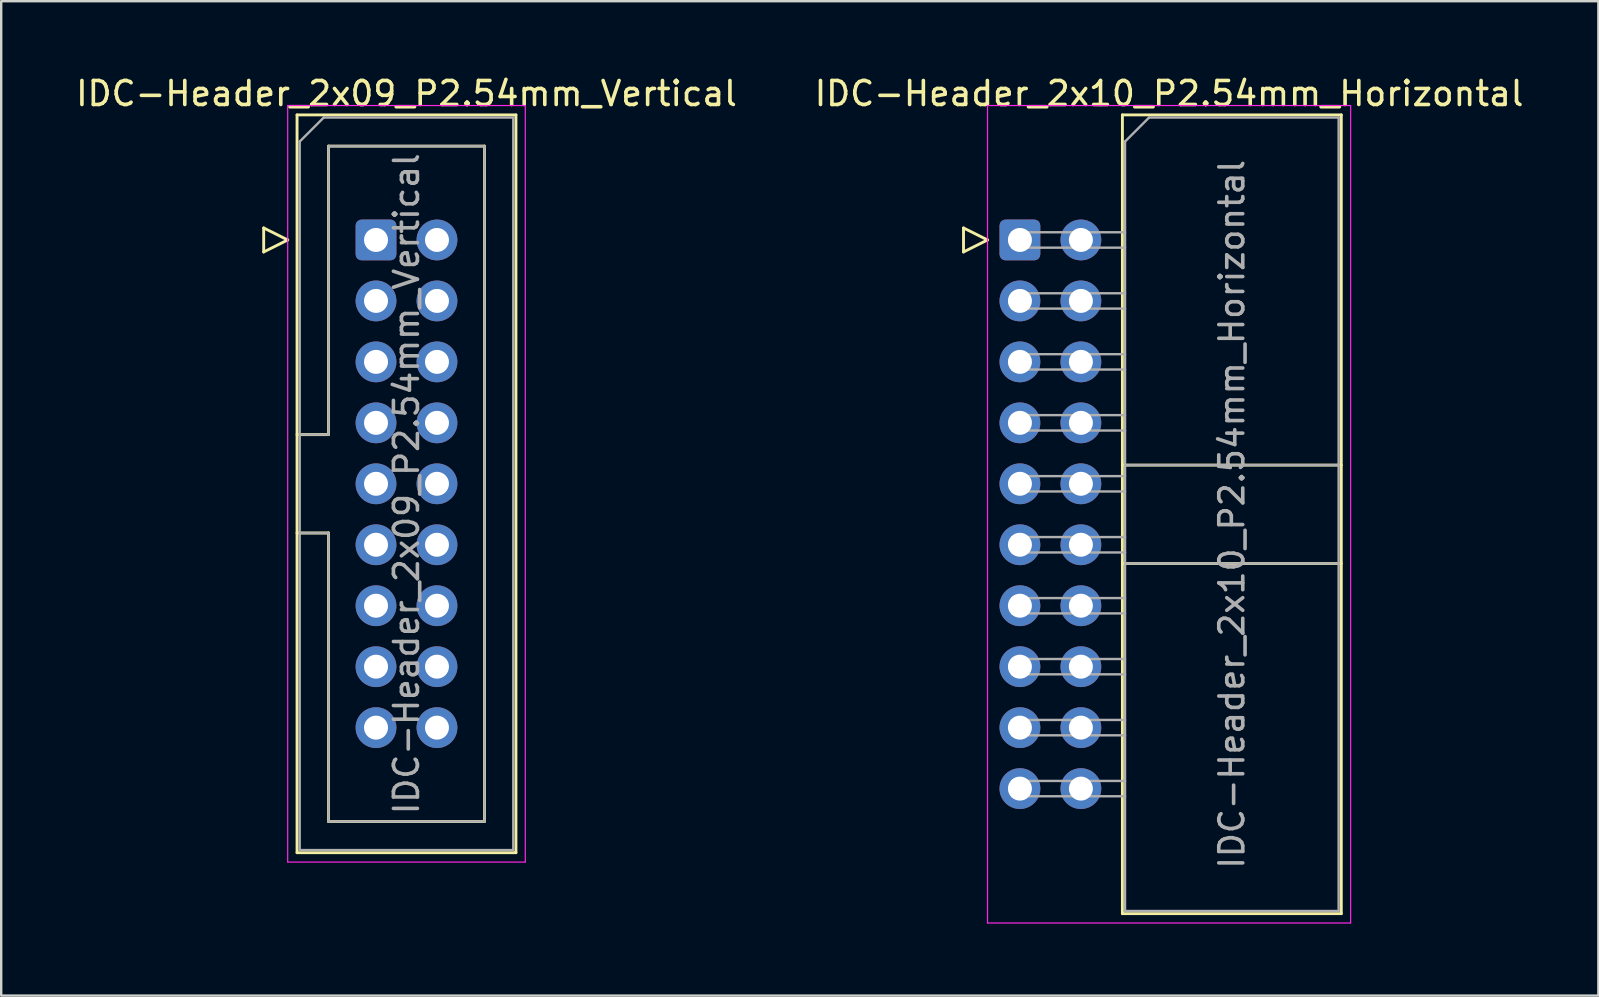
<source format=kicad_pcb>
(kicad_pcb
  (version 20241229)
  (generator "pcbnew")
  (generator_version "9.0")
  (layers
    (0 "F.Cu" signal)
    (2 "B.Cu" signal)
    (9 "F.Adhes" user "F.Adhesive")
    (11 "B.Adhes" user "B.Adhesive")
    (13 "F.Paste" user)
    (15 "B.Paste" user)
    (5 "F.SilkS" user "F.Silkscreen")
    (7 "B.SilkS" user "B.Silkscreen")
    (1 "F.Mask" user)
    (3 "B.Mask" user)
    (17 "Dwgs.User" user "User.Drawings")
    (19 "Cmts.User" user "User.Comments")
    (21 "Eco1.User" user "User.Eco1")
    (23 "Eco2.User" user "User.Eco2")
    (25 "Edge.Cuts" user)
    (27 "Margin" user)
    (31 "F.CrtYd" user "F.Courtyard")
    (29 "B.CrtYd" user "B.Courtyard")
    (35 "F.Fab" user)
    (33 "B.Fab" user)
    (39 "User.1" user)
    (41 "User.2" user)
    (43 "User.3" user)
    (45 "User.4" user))
  (footprint "IDC-Header_2x10_P2.54mm_Horizontal"
    (layer "F.Cu")
    (at 39.446 6.948)
    (property "Reference" "IDC-Header_2x10_P2.54mm_Horizontal" (at 6.215 -6.1 0) (layer "F.SilkS") (effects (font (size 1 1) (thickness 0.15))))
    (attr through_hole)
    (fp_line (start -2.35 -0.5) (end -2.35 0.5) (stroke (width 0.12) (type solid)) (layer "F.SilkS"))
    (fp_line (start -2.35 0.5) (end -1.35 0) (stroke (width 0.12) (type solid)) (layer "F.SilkS"))
    (fp_line (start -1.35 0) (end -2.35 -0.5) (stroke (width 0.12) (type solid)) (layer "F.SilkS"))
    (fp_line (start 4.27 -5.21) (end 13.39 -5.21) (stroke (width 0.12) (type solid)) (layer "F.SilkS"))
    (fp_line (start 4.27 9.38) (end 13.39 9.38) (stroke (width 0.12) (type solid)) (layer "F.SilkS"))
    (fp_line (start 4.27 13.48) (end 13.39 13.48) (stroke (width 0.12) (type solid)) (layer "F.SilkS"))
    (fp_line (start 4.27 28.07) (end 4.27 -5.21) (stroke (width 0.12) (type solid)) (layer "F.SilkS"))
    (fp_line (start 13.39 -5.21) (end 13.39 28.07) (stroke (width 0.12) (type solid)) (layer "F.SilkS"))
    (fp_line (start 13.39 28.07) (end 4.27 28.07) (stroke (width 0.12) (type solid)) (layer "F.SilkS"))
    (fp_line (start -1.35 -5.6) (end -1.35 28.46) (stroke (width 0.05) (type solid)) (layer "F.CrtYd"))
    (fp_line (start -1.35 28.46) (end 13.78 28.46) (stroke (width 0.05) (type solid)) (layer "F.CrtYd"))
    (fp_line (start 13.78 -5.6) (end -1.35 -5.6) (stroke (width 0.05) (type solid)) (layer "F.CrtYd"))
    (fp_line (start 13.78 28.46) (end 13.78 -5.6) (stroke (width 0.05) (type solid)) (layer "F.CrtYd"))
    (fp_line (start -0.32 -0.32) (end -0.32 0.32) (stroke (width 0.1) (type solid)) (layer "F.Fab"))
    (fp_line (start -0.32 0.32) (end 4.38 0.32) (stroke (width 0.1) (type solid)) (layer "F.Fab"))
    (fp_line (start -0.32 2.22) (end -0.32 2.86) (stroke (width 0.1) (type solid)) (layer "F.Fab"))
    (fp_line (start -0.32 2.86) (end 4.38 2.86) (stroke (width 0.1) (type solid)) (layer "F.Fab"))
    (fp_line (start -0.32 4.76) (end -0.32 5.4) (stroke (width 0.1) (type solid)) (layer "F.Fab"))
    (fp_line (start -0.32 5.4) (end 4.38 5.4) (stroke (width 0.1) (type solid)) (layer "F.Fab"))
    (fp_line (start -0.32 7.3) (end -0.32 7.94) (stroke (width 0.1) (type solid)) (layer "F.Fab"))
    (fp_line (start -0.32 7.94) (end 4.38 7.94) (stroke (width 0.1) (type solid)) (layer "F.Fab"))
    (fp_line (start -0.32 9.84) (end -0.32 10.48) (stroke (width 0.1) (type solid)) (layer "F.Fab"))
    (fp_line (start -0.32 10.48) (end 4.38 10.48) (stroke (width 0.1) (type solid)) (layer "F.Fab"))
    (fp_line (start -0.32 12.38) (end -0.32 13.02) (stroke (width 0.1) (type solid)) (layer "F.Fab"))
    (fp_line (start -0.32 13.02) (end 4.38 13.02) (stroke (width 0.1) (type solid)) (layer "F.Fab"))
    (fp_line (start -0.32 14.92) (end -0.32 15.56) (stroke (width 0.1) (type solid)) (layer "F.Fab"))
    (fp_line (start -0.32 15.56) (end 4.38 15.56) (stroke (width 0.1) (type solid)) (layer "F.Fab"))
    (fp_line (start -0.32 17.46) (end -0.32 18.1) (stroke (width 0.1) (type solid)) (layer "F.Fab"))
    (fp_line (start -0.32 18.1) (end 4.38 18.1) (stroke (width 0.1) (type solid)) (layer "F.Fab"))
    (fp_line (start -0.32 20) (end -0.32 20.64) (stroke (width 0.1) (type solid)) (layer "F.Fab"))
    (fp_line (start -0.32 20.64) (end 4.38 20.64) (stroke (width 0.1) (type solid)) (layer "F.Fab"))
    (fp_line (start -0.32 22.54) (end -0.32 23.18) (stroke (width 0.1) (type solid)) (layer "F.Fab"))
    (fp_line (start -0.32 23.18) (end 4.38 23.18) (stroke (width 0.1) (type solid)) (layer "F.Fab"))
    (fp_line (start 4.38 -4.1) (end 5.38 -5.1) (stroke (width 0.1) (type solid)) (layer "F.Fab"))
    (fp_line (start 4.38 -0.32) (end -0.32 -0.32) (stroke (width 0.1) (type solid)) (layer "F.Fab"))
    (fp_line (start 4.38 2.22) (end -0.32 2.22) (stroke (width 0.1) (type solid)) (layer "F.Fab"))
    (fp_line (start 4.38 4.76) (end -0.32 4.76) (stroke (width 0.1) (type solid)) (layer "F.Fab"))
    (fp_line (start 4.38 7.3) (end -0.32 7.3) (stroke (width 0.1) (type solid)) (layer "F.Fab"))
    (fp_line (start 4.38 9.38) (end 13.28 9.38) (stroke (width 0.1) (type solid)) (layer "F.Fab"))
    (fp_line (start 4.38 9.84) (end -0.32 9.84) (stroke (width 0.1) (type solid)) (layer "F.Fab"))
    (fp_line (start 4.38 12.38) (end -0.32 12.38) (stroke (width 0.1) (type solid)) (layer "F.Fab"))
    (fp_line (start 4.38 13.48) (end 13.28 13.48) (stroke (width 0.1) (type solid)) (layer "F.Fab"))
    (fp_line (start 4.38 14.92) (end -0.32 14.92) (stroke (width 0.1) (type solid)) (layer "F.Fab"))
    (fp_line (start 4.38 17.46) (end -0.32 17.46) (stroke (width 0.1) (type solid)) (layer "F.Fab"))
    (fp_line (start 4.38 20) (end -0.32 20) (stroke (width 0.1) (type solid)) (layer "F.Fab"))
    (fp_line (start 4.38 22.54) (end -0.32 22.54) (stroke (width 0.1) (type solid)) (layer "F.Fab"))
    (fp_line (start 4.38 27.96) (end 4.38 -4.1) (stroke (width 0.1) (type solid)) (layer "F.Fab"))
    (fp_line (start 5.38 -5.1) (end 13.28 -5.1) (stroke (width 0.1) (type solid)) (layer "F.Fab"))
    (fp_line (start 13.28 -5.1) (end 13.28 27.96) (stroke (width 0.1) (type solid)) (layer "F.Fab"))
    (fp_line (start 13.28 27.96) (end 4.38 27.96) (stroke (width 0.1) (type solid)) (layer "F.Fab"))
    (fp_text user "${REFERENCE}" (at 8.83 11.43 90) (layer "F.Fab") (effects (font (size 1 1) (thickness 0.15))))
    (pad "1" thru_hole roundrect (at 0 0) (size 1.7 1.7) (drill 1) (layers "*.Cu" "*.Mask") (roundrect_rratio 0.147))
    (pad "2" thru_hole circle (at 2.54 0) (size 1.7 1.7) (drill 1) (layers "*.Cu" "*.Mask"))
    (pad "3" thru_hole circle (at 0 2.54) (size 1.7 1.7) (drill 1) (layers "*.Cu" "*.Mask"))
    (pad "4" thru_hole circle (at 2.54 2.54) (size 1.7 1.7) (drill 1) (layers "*.Cu" "*.Mask"))
    (pad "5" thru_hole circle (at 0 5.08) (size 1.7 1.7) (drill 1) (layers "*.Cu" "*.Mask"))
    (pad "6" thru_hole circle (at 2.54 5.08) (size 1.7 1.7) (drill 1) (layers "*.Cu" "*.Mask"))
    (pad "7" thru_hole circle (at 0 7.62) (size 1.7 1.7) (drill 1) (layers "*.Cu" "*.Mask"))
    (pad "8" thru_hole circle (at 2.54 7.62) (size 1.7 1.7) (drill 1) (layers "*.Cu" "*.Mask"))
    (pad "9" thru_hole circle (at 0 10.16) (size 1.7 1.7) (drill 1) (layers "*.Cu" "*.Mask"))
    (pad "10" thru_hole circle (at 2.54 10.16) (size 1.7 1.7) (drill 1) (layers "*.Cu" "*.Mask"))
    (pad "11" thru_hole circle (at 0 12.7) (size 1.7 1.7) (drill 1) (layers "*.Cu" "*.Mask"))
    (pad "12" thru_hole circle (at 2.54 12.7) (size 1.7 1.7) (drill 1) (layers "*.Cu" "*.Mask"))
    (pad "13" thru_hole circle (at 0 15.24) (size 1.7 1.7) (drill 1) (layers "*.Cu" "*.Mask"))
    (pad "14" thru_hole circle (at 2.54 15.24) (size 1.7 1.7) (drill 1) (layers "*.Cu" "*.Mask"))
    (pad "15" thru_hole circle (at 0 17.78) (size 1.7 1.7) (drill 1) (layers "*.Cu" "*.Mask"))
    (pad "16" thru_hole circle (at 2.54 17.78) (size 1.7 1.7) (drill 1) (layers "*.Cu" "*.Mask"))
    (pad "17" thru_hole circle (at 0 20.32) (size 1.7 1.7) (drill 1) (layers "*.Cu" "*.Mask"))
    (pad "18" thru_hole circle (at 2.54 20.32) (size 1.7 1.7) (drill 1) (layers "*.Cu" "*.Mask"))
    (pad "19" thru_hole circle (at 0 22.86) (size 1.7 1.7) (drill 1) (layers "*.Cu" "*.Mask"))
    (pad "20" thru_hole circle (at 2.54 22.86) (size 1.7 1.7) (drill 1) (layers "*.Cu" "*.Mask")))
  (footprint "IDC-Header_2x09_P2.54mm_Vertical"
    (layer "F.Cu")
    (at 12.617 6.948)
    (property "Reference" "IDC-Header_2x09_P2.54mm_Vertical" (at 1.27 -6.1 0) (layer "F.SilkS") (effects (font (size 1 1) (thickness 0.15))))
    (attr through_hole)
    (fp_line (start -4.68 -0.5) (end -4.68 0.5) (stroke (width 0.12) (type solid)) (layer "F.SilkS"))
    (fp_line (start -4.68 0.5) (end -3.68 0) (stroke (width 0.12) (type solid)) (layer "F.SilkS"))
    (fp_line (start -3.68 0) (end -4.68 -0.5) (stroke (width 0.12) (type solid)) (layer "F.SilkS"))
    (fp_line (start -3.29 -5.21) (end 5.83 -5.21) (stroke (width 0.12) (type solid)) (layer "F.SilkS"))
    (fp_line (start -3.29 8.11) (end -1.98 8.11) (stroke (width 0.12) (type solid)) (layer "F.SilkS"))
    (fp_line (start -3.29 25.53) (end -3.29 -5.21) (stroke (width 0.12) (type solid)) (layer "F.SilkS"))
    (fp_line (start -1.98 -3.91) (end 4.52 -3.91) (stroke (width 0.12) (type solid)) (layer "F.SilkS"))
    (fp_line (start -1.98 8.11) (end -1.98 -3.91) (stroke (width 0.12) (type solid)) (layer "F.SilkS"))
    (fp_line (start -1.98 12.21) (end -3.29 12.21) (stroke (width 0.12) (type solid)) (layer "F.SilkS"))
    (fp_line (start -1.98 12.21) (end -1.98 12.21) (stroke (width 0.12) (type solid)) (layer "F.SilkS"))
    (fp_line (start -1.98 24.23) (end -1.98 12.21) (stroke (width 0.12) (type solid)) (layer "F.SilkS"))
    (fp_line (start 4.52 -3.91) (end 4.52 24.23) (stroke (width 0.12) (type solid)) (layer "F.SilkS"))
    (fp_line (start 4.52 24.23) (end -1.98 24.23) (stroke (width 0.12) (type solid)) (layer "F.SilkS"))
    (fp_line (start 5.83 -5.21) (end 5.83 25.53) (stroke (width 0.12) (type solid)) (layer "F.SilkS"))
    (fp_line (start 5.83 25.53) (end -3.29 25.53) (stroke (width 0.12) (type solid)) (layer "F.SilkS"))
    (fp_line (start -3.68 -5.6) (end -3.68 25.92) (stroke (width 0.05) (type solid)) (layer "F.CrtYd"))
    (fp_line (start -3.68 25.92) (end 6.22 25.92) (stroke (width 0.05) (type solid)) (layer "F.CrtYd"))
    (fp_line (start 6.22 -5.6) (end -3.68 -5.6) (stroke (width 0.05) (type solid)) (layer "F.CrtYd"))
    (fp_line (start 6.22 25.92) (end 6.22 -5.6) (stroke (width 0.05) (type solid)) (layer "F.CrtYd"))
    (fp_line (start -3.18 -4.1) (end -2.18 -5.1) (stroke (width 0.1) (type solid)) (layer "F.Fab"))
    (fp_line (start -3.18 8.11) (end -1.98 8.11) (stroke (width 0.1) (type solid)) (layer "F.Fab"))
    (fp_line (start -3.18 25.42) (end -3.18 -4.1) (stroke (width 0.1) (type solid)) (layer "F.Fab"))
    (fp_line (start -2.18 -5.1) (end 5.72 -5.1) (stroke (width 0.1) (type solid)) (layer "F.Fab"))
    (fp_line (start -1.98 -3.91) (end 4.52 -3.91) (stroke (width 0.1) (type solid)) (layer "F.Fab"))
    (fp_line (start -1.98 8.11) (end -1.98 -3.91) (stroke (width 0.1) (type solid)) (layer "F.Fab"))
    (fp_line (start -1.98 12.21) (end -3.18 12.21) (stroke (width 0.1) (type solid)) (layer "F.Fab"))
    (fp_line (start -1.98 12.21) (end -1.98 12.21) (stroke (width 0.1) (type solid)) (layer "F.Fab"))
    (fp_line (start -1.98 24.23) (end -1.98 12.21) (stroke (width 0.1) (type solid)) (layer "F.Fab"))
    (fp_line (start 4.52 -3.91) (end 4.52 24.23) (stroke (width 0.1) (type solid)) (layer "F.Fab"))
    (fp_line (start 4.52 24.23) (end -1.98 24.23) (stroke (width 0.1) (type solid)) (layer "F.Fab"))
    (fp_line (start 5.72 -5.1) (end 5.72 25.42) (stroke (width 0.1) (type solid)) (layer "F.Fab"))
    (fp_line (start 5.72 25.42) (end -3.18 25.42) (stroke (width 0.1) (type solid)) (layer "F.Fab"))
    (fp_text user "${REFERENCE}" (at 1.27 10.16 90) (layer "F.Fab") (effects (font (size 1 1) (thickness 0.15))))
    (pad "1" thru_hole roundrect (at 0 0) (size 1.7 1.7) (drill 1) (layers "*.Cu" "*.Mask") (roundrect_rratio 0.147))
    (pad "2" thru_hole circle (at 2.54 0) (size 1.7 1.7) (drill 1) (layers "*.Cu" "*.Mask"))
    (pad "3" thru_hole circle (at 0 2.54) (size 1.7 1.7) (drill 1) (layers "*.Cu" "*.Mask"))
    (pad "4" thru_hole circle (at 2.54 2.54) (size 1.7 1.7) (drill 1) (layers "*.Cu" "*.Mask"))
    (pad "5" thru_hole circle (at 0 5.08) (size 1.7 1.7) (drill 1) (layers "*.Cu" "*.Mask"))
    (pad "6" thru_hole circle (at 2.54 5.08) (size 1.7 1.7) (drill 1) (layers "*.Cu" "*.Mask"))
    (pad "7" thru_hole circle (at 0 7.62) (size 1.7 1.7) (drill 1) (layers "*.Cu" "*.Mask"))
    (pad "8" thru_hole circle (at 2.54 7.62) (size 1.7 1.7) (drill 1) (layers "*.Cu" "*.Mask"))
    (pad "9" thru_hole circle (at 0 10.16) (size 1.7 1.7) (drill 1) (layers "*.Cu" "*.Mask"))
    (pad "10" thru_hole circle (at 2.54 10.16) (size 1.7 1.7) (drill 1) (layers "*.Cu" "*.Mask"))
    (pad "11" thru_hole circle (at 0 12.7) (size 1.7 1.7) (drill 1) (layers "*.Cu" "*.Mask"))
    (pad "12" thru_hole circle (at 2.54 12.7) (size 1.7 1.7) (drill 1) (layers "*.Cu" "*.Mask"))
    (pad "13" thru_hole circle (at 0 15.24) (size 1.7 1.7) (drill 1) (layers "*.Cu" "*.Mask"))
    (pad "14" thru_hole circle (at 2.54 15.24) (size 1.7 1.7) (drill 1) (layers "*.Cu" "*.Mask"))
    (pad "15" thru_hole circle (at 0 17.78) (size 1.7 1.7) (drill 1) (layers "*.Cu" "*.Mask"))
    (pad "16" thru_hole circle (at 2.54 17.78) (size 1.7 1.7) (drill 1) (layers "*.Cu" "*.Mask"))
    (pad "17" thru_hole circle (at 0 20.32) (size 1.7 1.7) (drill 1) (layers "*.Cu" "*.Mask"))
    (pad "18" thru_hole circle (at 2.54 20.32) (size 1.7 1.7) (drill 1) (layers "*.Cu" "*.Mask")))
  (gr_rect
    (start -3 -3)
    (end 63.548 38.433)
    (stroke (width 0.1) (type default))
    (fill no)
    (layer "Edge.Cuts")))
</source>
